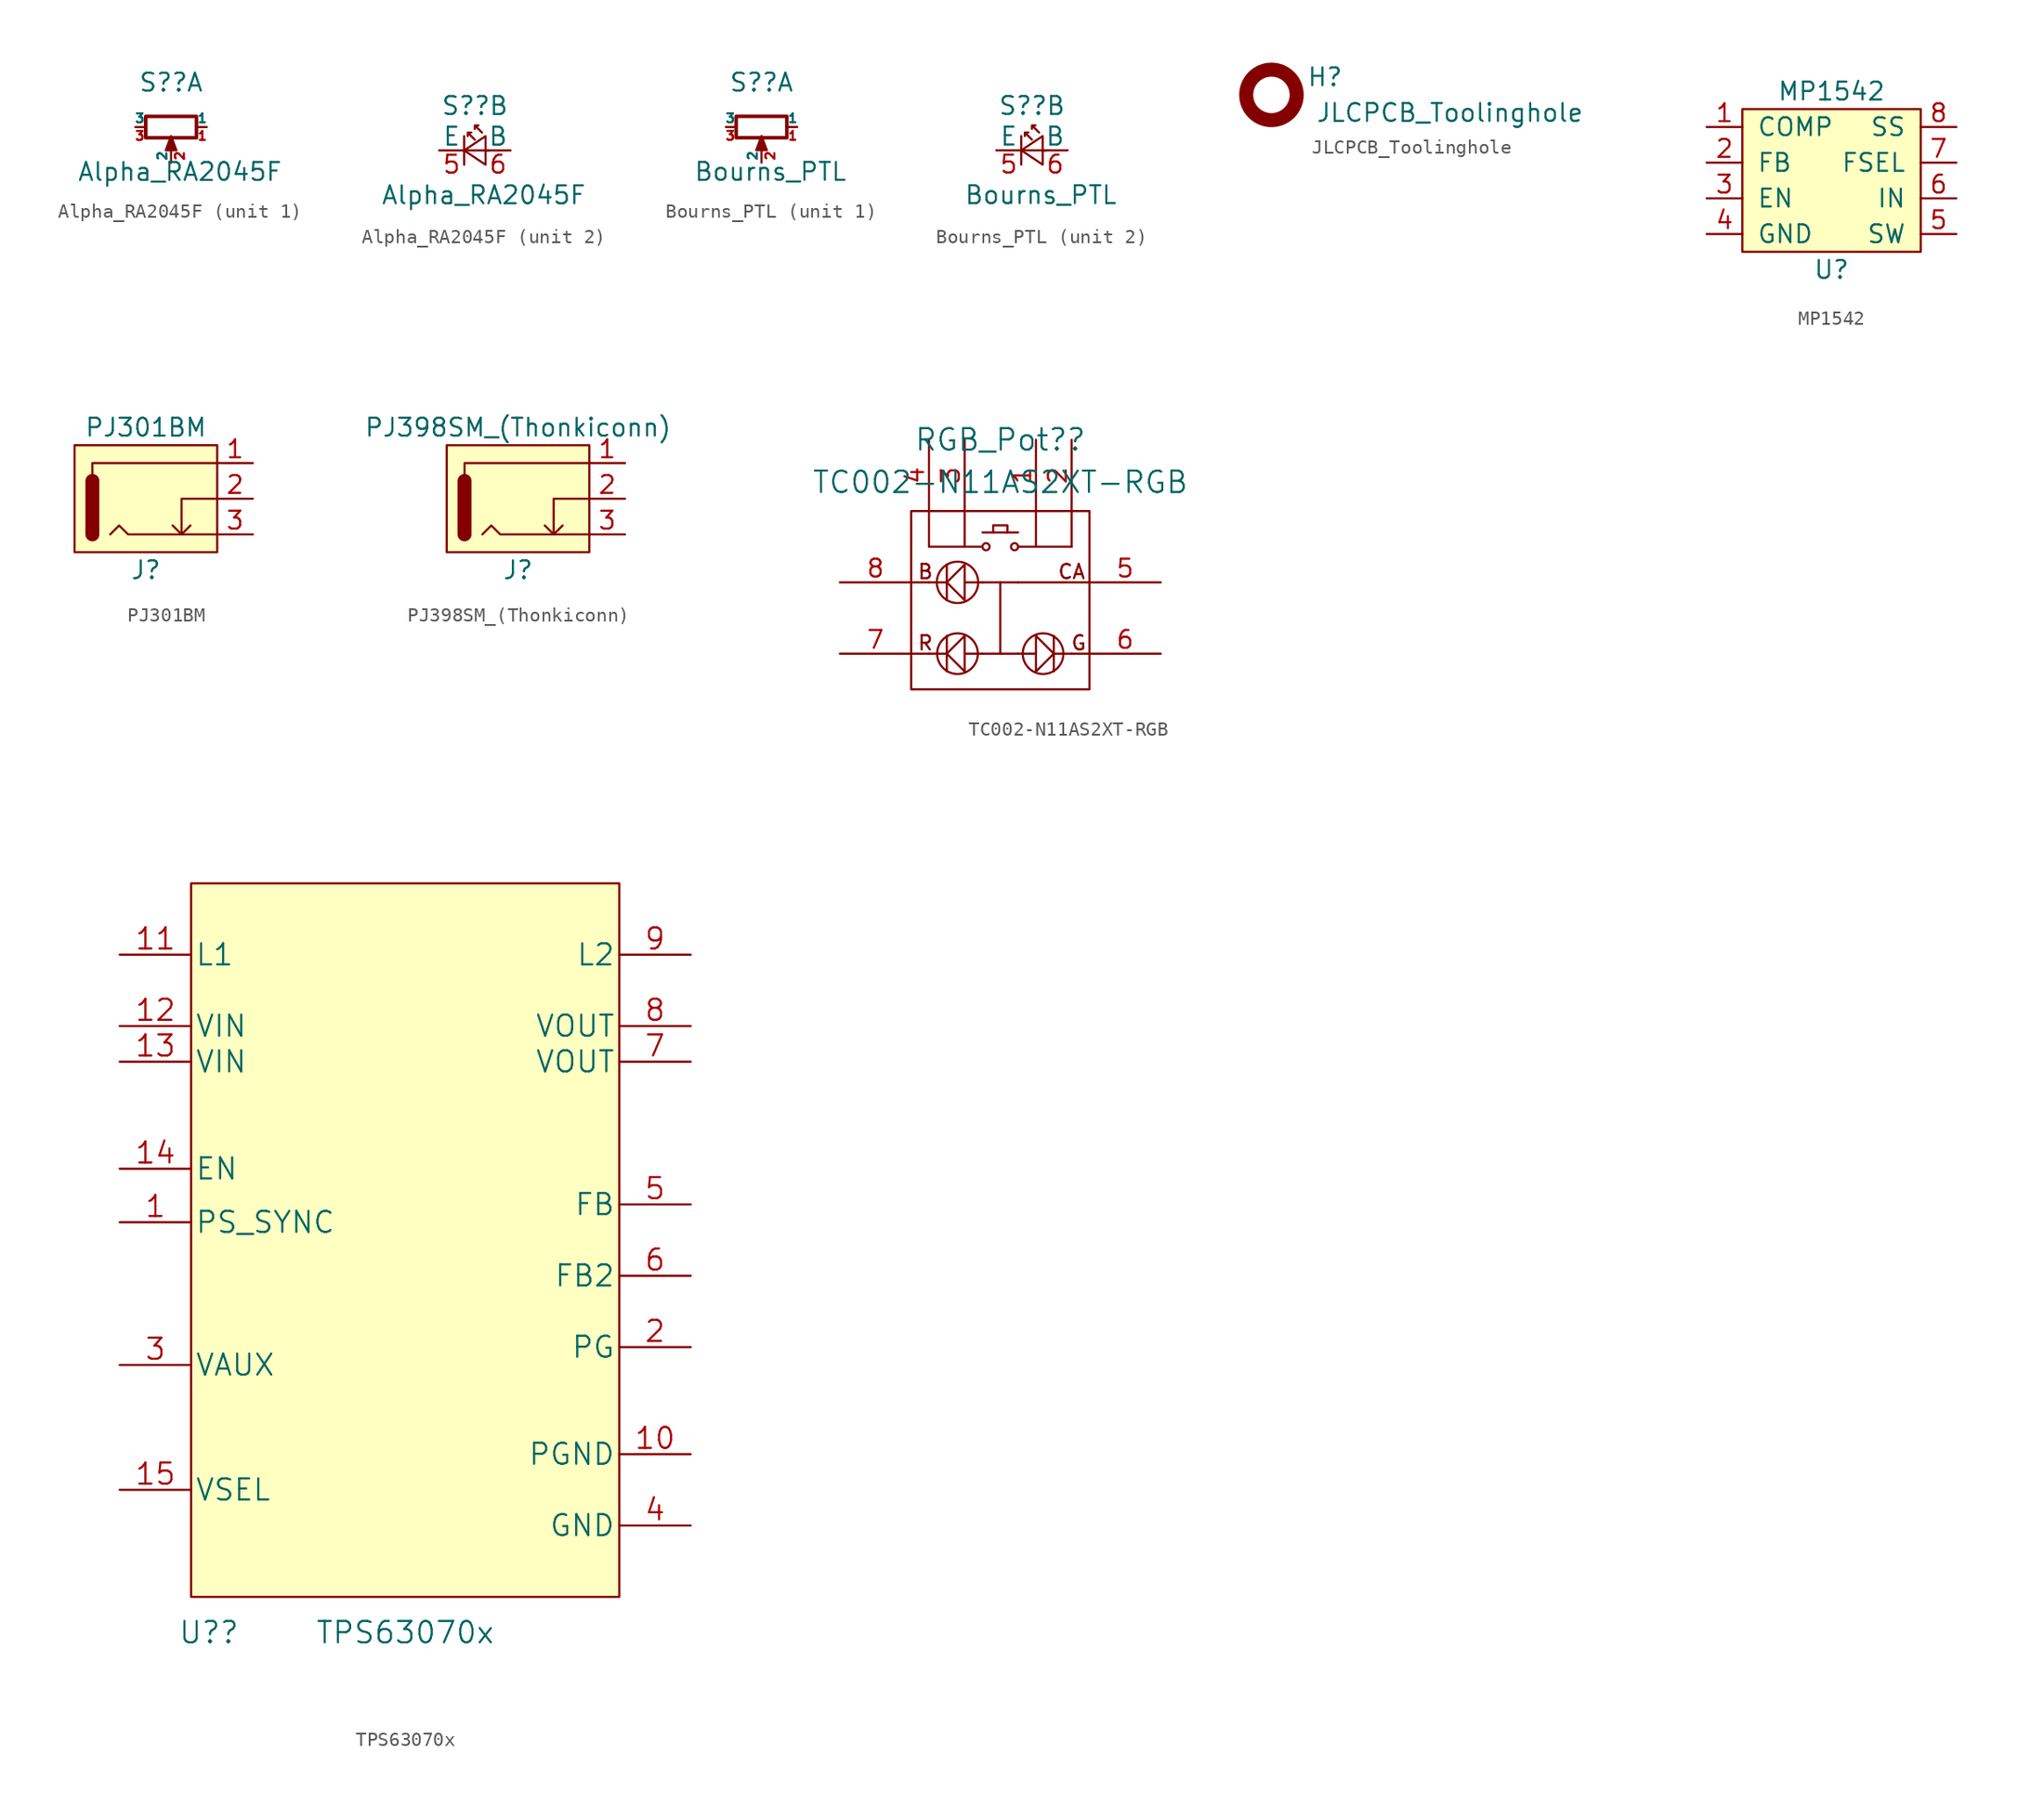
<source format=kicad_sym>
(kicad_symbol_lib
  (version 20211014)
  (generator kicad_symbol_editor)
  (symbol "Alpha_RA2045F"
    (pin_names
      (offset 0))
    (property "Reference" "S?"
      (at 0 3.175 0)
      (effects (font (size 1.27 1.27))))
    (property "Value" "Alpha_RA2045F"
      (at 0.635 -3.175 0)
      (effects (font (size 1.27 1.27))))
    (property "ki_locked" ""
      (at 0 0 0)
      (effects (font (size 1.27 1.27))))
    (symbol "Alpha_RA2045F_1_1"
      (polyline (pts (xy 0 -0.889) (xy 0 -0.635) (xy 0.381 -1.651) (xy -0.381 -1.651) (xy 0 -0.635) (xy 0 -0.889)) (stroke (width 0) (type default) (color 0 0 0 0)) (fill (type outline)))
      (rectangle (start 1.803 -0.762) (end -1.803 0.762) (stroke (width 0.254) (type default) (color 0 0 0 0)) (fill (type none)))
      (pin passive line (at 2.54 0 180) (length 0.635) (name "1" (effects (font (size 0.635 0.635)))) (number "1" (effects (font (size 0.635 0.635)))))
      (pin passive line (at 0 -2.54 90) (length 0.991) (name "2" (effects (font (size 0.635 0.635)))) (number "2" (effects (font (size 0.635 0.635)))))
      (pin passive line (at -2.54 0 0) (length 0.635) (name "3" (effects (font (size 0.635 0.635)))) (number "3" (effects (font (size 0.635 0.635))))))
    (symbol "Alpha_RA2045F_2_1"
      (polyline (pts (xy -0.762 -1.016) (xy -0.762 1.016)) (stroke (width 0) (type default) (color 0 0 0 0)) (fill (type none)))
      (polyline (pts (xy 1.016 0) (xy -0.762 0)) (stroke (width 0) (type default) (color 0 0 0 0)) (fill (type none)))
      (polyline (pts (xy 0.762 -1.016) (xy -0.762 0) (xy 0.762 1.016) (xy 0.762 -1.016)) (stroke (width 0) (type default) (color 0 0 0 0)) (fill (type none)))
      (polyline (pts (xy 0 0.762) (xy -0.508 1.27) (xy -0.254 1.27) (xy -0.508 1.27) (xy -0.508 1.016)) (stroke (width 0) (type default) (color 0 0 0 0)) (fill (type none)))
      (polyline (pts (xy 0.508 1.27) (xy 0 1.778) (xy 0.254 1.778) (xy 0 1.778) (xy 0 1.524)) (stroke (width 0) (type default) (color 0 0 0 0)) (fill (type none)))
      (pin no_connect line (at -1.27 5.715 180) (length 0.991) hide (name "L" (effects (font (size 0.635 0.635)))) (number "4" (effects (font (size 0.635 0.635)))))
      (pin passive line (at -2.54 0 0) (length 1.778) (name "E" (effects (font (size 1.27 1.27)))) (number "5" (effects (font (size 1.27 1.27)))))
      (pin passive line (at 2.54 0 180) (length 1.778) (name "B" (effects (font (size 1.27 1.27)))) (number "6" (effects (font (size 1.27 1.27)))))))
  (symbol "Bourns_PTL"
    (pin_names
      (offset 0))
    (property "Reference" "S?"
      (at 0 3.175 0)
      (effects (font (size 1.27 1.27))))
    (property "Value" "Bourns_PTL"
      (at 0.635 -3.175 0)
      (effects (font (size 1.27 1.27))))
    (property "ki_locked" ""
      (at 0 0 0)
      (effects (font (size 1.27 1.27))))
    (symbol "Bourns_PTL_1_1"
      (polyline (pts (xy 0 -0.889) (xy 0 -0.635) (xy 0.381 -1.651) (xy -0.381 -1.651) (xy 0 -0.635) (xy 0 -0.889)) (stroke (width 0) (type default) (color 0 0 0 0)) (fill (type outline)))
      (rectangle (start 1.803 -0.762) (end -1.803 0.762) (stroke (width 0.254) (type default) (color 0 0 0 0)) (fill (type none)))
      (pin passive line (at 2.54 0 180) (length 0.635) (name "1" (effects (font (size 0.635 0.635)))) (number "1" (effects (font (size 0.635 0.635)))))
      (pin passive line (at 0 -2.54 90) (length 0.991) (name "2" (effects (font (size 0.635 0.635)))) (number "2" (effects (font (size 0.635 0.635)))))
      (pin passive line (at -2.54 0 0) (length 0.635) (name "3" (effects (font (size 0.635 0.635)))) (number "3" (effects (font (size 0.635 0.635))))))
    (symbol "Bourns_PTL_2_1"
      (polyline (pts (xy -0.762 -1.016) (xy -0.762 1.016)) (stroke (width 0) (type default) (color 0 0 0 0)) (fill (type none)))
      (polyline (pts (xy 1.016 0) (xy -0.762 0)) (stroke (width 0) (type default) (color 0 0 0 0)) (fill (type none)))
      (polyline (pts (xy 0.762 -1.016) (xy -0.762 0) (xy 0.762 1.016) (xy 0.762 -1.016)) (stroke (width 0) (type default) (color 0 0 0 0)) (fill (type none)))
      (polyline (pts (xy 0 0.762) (xy -0.508 1.27) (xy -0.254 1.27) (xy -0.508 1.27) (xy -0.508 1.016)) (stroke (width 0) (type default) (color 0 0 0 0)) (fill (type none)))
      (polyline (pts (xy 0.508 1.27) (xy 0 1.778) (xy 0.254 1.778) (xy 0 1.778) (xy 0 1.524)) (stroke (width 0) (type default) (color 0 0 0 0)) (fill (type none)))
      (pin no_connect line (at -1.27 5.715 180) (length 0.991) hide (name "L" (effects (font (size 0.635 0.635)))) (number "4" (effects (font (size 0.635 0.635)))))
      (pin passive line (at -2.54 0 0) (length 1.778) (name "E" (effects (font (size 1.27 1.27)))) (number "5" (effects (font (size 1.27 1.27)))))
      (pin passive line (at 2.54 0 180) (length 1.778) (name "B" (effects (font (size 1.27 1.27)))) (number "6" (effects (font (size 1.27 1.27)))))))
  (symbol "JLCPCB_Toolinghole"
    (property "Reference" "H"
      (at 3.81 1.27 0)
      (effects (font (size 1.27 1.27))))
    (property "Value" "JLCPCB_Toolinghole"
      (at 12.7 -1.27 0)
      (effects (font (size 1.27 1.27))))
    (symbol "JLCPCB_Toolinghole_0_1"
      (circle (center 0 0) (radius 1.796) (stroke (width 1) (type default) (color 0 0 0 0)) (fill (type none)))))
  (symbol "MP1542"
    (pin_names
      (offset 1.016))
    (property "Reference" "U"
      (at 0 -6.35 0)
      (effects (font (size 1.27 1.27))))
    (property "Value" "MP1542"
      (at 0 6.35 0)
      (effects (font (size 1.27 1.27))))
    (symbol "MP1542_0_1"
      (rectangle (start -6.35 5.08) (end 6.35 -5.08) (stroke (width 0) (type default) (color 0 0 0 0)) (fill (type background))))
    (symbol "MP1542_1_1"
      (pin input line (at -8.89 3.81 0) (length 2.54) (name "COMP" (effects (font (size 1.27 1.27)))) (number "1" (effects (font (size 1.27 1.27)))))
      (pin input line (at -8.89 1.27 0) (length 2.54) (name "FB" (effects (font (size 1.27 1.27)))) (number "2" (effects (font (size 1.27 1.27)))))
      (pin input line (at -8.89 -1.27 0) (length 2.54) (name "EN" (effects (font (size 1.27 1.27)))) (number "3" (effects (font (size 1.27 1.27)))))
      (pin passive line (at -8.89 -3.81 0) (length 2.54) (name "GND" (effects (font (size 1.27 1.27)))) (number "4" (effects (font (size 1.27 1.27)))))
      (pin output line (at 8.89 -3.81 180) (length 2.54) (name "SW" (effects (font (size 1.27 1.27)))) (number "5" (effects (font (size 1.27 1.27)))))
      (pin power_in line (at 8.89 -1.27 180) (length 2.54) (name "IN" (effects (font (size 1.27 1.27)))) (number "6" (effects (font (size 1.27 1.27)))))
      (pin passive line (at 8.89 1.27 180) (length 2.54) (name "FSEL" (effects (font (size 1.27 1.27)))) (number "7" (effects (font (size 1.27 1.27)))))
      (pin passive line (at 8.89 3.81 180) (length 2.54) (name "SS" (effects (font (size 1.27 1.27)))) (number "8" (effects (font (size 1.27 1.27)))))))
  (symbol "PJ301BM"
    (pin_names
      (offset 1.016))
    (property "Reference" "J"
      (at -5.08 -5.08 0)
      (effects (font (size 1.27 1.27))))
    (property "Value" "PJ301BM"
      (at -5.08 5.08 0)
      (effects (font (size 1.27 1.27))))
    (symbol "PJ301BM_0_1"
      (rectangle (start -10.16 3.81) (end 0 -3.81) (stroke (width 0) (type default) (color 0 0 0 0)) (fill (type background)))
      (polyline (pts (xy -8.89 1.27) (xy -8.89 -2.54)) (stroke (width 0.991) (type default) (color 0 0 0 0)) (fill (type none)))
      (polyline (pts (xy -3.175 -1.905) (xy -2.54 -2.54) (xy -1.905 -1.905)) (stroke (width 0) (type default) (color 0 0 0 0)) (fill (type none)))
      (polyline (pts (xy 0 0) (xy -2.54 0) (xy -2.54 -2.54)) (stroke (width 0) (type default) (color 0 0 0 0)) (fill (type none)))
      (polyline (pts (xy 0 2.54) (xy -8.89 2.54) (xy -8.89 1.27)) (stroke (width 0) (type default) (color 0 0 0 0)) (fill (type none)))
      (polyline (pts (xy 0 -2.54) (xy -6.35 -2.54) (xy -6.985 -1.905) (xy -7.62 -2.54)) (stroke (width 0) (type default) (color 0 0 0 0)) (fill (type none))))
    (symbol "PJ301BM_1_1"
      (pin bidirectional line (at 2.54 2.54 180) (length 2.54) (name "~" (effects (font (size 1.27 1.27)))) (number "1" (effects (font (size 1.27 1.27)))))
      (pin bidirectional line (at 2.54 0 180) (length 2.54) (name "~" (effects (font (size 1.27 1.27)))) (number "2" (effects (font (size 1.27 1.27)))))
      (pin bidirectional line (at 2.54 -2.54 180) (length 2.54) (name "~" (effects (font (size 1.27 1.27)))) (number "3" (effects (font (size 1.27 1.27)))))))
  (symbol "PJ398SM_(Thonkiconn)"
    (pin_names
      (offset 1.016))
    (property "Reference" "J"
      (at -5.08 -5.08 0)
      (effects (font (size 1.27 1.27))))
    (property "Value" "PJ398SM_(Thonkiconn)"
      (at -5.08 5.08 0)
      (effects (font (size 1.27 1.27))))
    (symbol "PJ398SM_(Thonkiconn)_0_1"
      (rectangle (start -10.16 3.81) (end 0 -3.81) (stroke (width 0) (type default) (color 0 0 0 0)) (fill (type background)))
      (polyline (pts (xy -8.89 1.27) (xy -8.89 -2.54)) (stroke (width 0.991) (type default) (color 0 0 0 0)) (fill (type none)))
      (polyline (pts (xy -3.175 -1.905) (xy -2.54 -2.54) (xy -1.905 -1.905)) (stroke (width 0) (type default) (color 0 0 0 0)) (fill (type none)))
      (polyline (pts (xy 0 0) (xy -2.54 0) (xy -2.54 -2.54)) (stroke (width 0) (type default) (color 0 0 0 0)) (fill (type none)))
      (polyline (pts (xy 0 2.54) (xy -8.89 2.54) (xy -8.89 1.27)) (stroke (width 0) (type default) (color 0 0 0 0)) (fill (type none)))
      (polyline (pts (xy 0 -2.54) (xy -6.35 -2.54) (xy -6.985 -1.905) (xy -7.62 -2.54)) (stroke (width 0) (type default) (color 0 0 0 0)) (fill (type none))))
    (symbol "PJ398SM_(Thonkiconn)_1_1"
      (pin bidirectional line (at 2.54 2.54 180) (length 2.54) (name "~" (effects (font (size 1.27 1.27)))) (number "1" (effects (font (size 1.27 1.27)))))
      (pin bidirectional line (at 2.54 0 180) (length 2.54) (name "~" (effects (font (size 1.27 1.27)))) (number "2" (effects (font (size 1.27 1.27)))))
      (pin bidirectional line (at 2.54 -2.54 180) (length 2.54) (name "~" (effects (font (size 1.27 1.27)))) (number "3" (effects (font (size 1.27 1.27)))))))
  (symbol "TC002-N11AS2XT-RGB"
    (pin_names
      (offset 1.016) hide)
    (property "Reference" "RGB_Pot?"
      (at 0 11.43 0)
      (effects (font (size 1.524 1.524))))
    (property "Value" "TC002-N11AS2XT-RGB"
      (at 0 8.407 0)
      (effects (font (size 1.524 1.524))))
    (property "Datasheet" ""
      (at 22.86 1.27 0)
      (effects (font (size 1.524 1.524))))
    (symbol "TC002-N11AS2XT-RGB_0_0"
      (text "B" (at -5.334 2.032 0) (effects (font (size 1.016 1.016))))
      (text "CA" (at 5.08 2.032 0) (effects (font (size 1.016 1.016))))
      (text "G" (at 5.588 -3.048 0) (effects (font (size 1.016 1.016))))
      (text "R" (at -5.334 -3.048 0) (effects (font (size 1.016 1.016)))))
    (symbol "TC002-N11AS2XT-RGB_0_1"
      (rectangle (start -6.35 6.35) (end 6.35 -6.35) (stroke (width 0) (type default) (color 0 0 0 0)) (fill (type none)))
      (circle (center -3.048 -3.81) (radius 1.448) (stroke (width 0) (type default) (color 0 0 0 0)) (fill (type none)))
      (circle (center -3.048 1.27) (radius 1.473) (stroke (width 0) (type default) (color 0 0 0 0)) (fill (type none)))
      (circle (center -1.016 3.81) (radius 0.254) (stroke (width 0) (type default) (color 0 0 0 0)) (fill (type none)))
      (polyline (pts (xy -5.08 -3.81) (xy -6.35 -3.81)) (stroke (width 0) (type default) (color 0 0 0 0)) (fill (type none)))
      (polyline (pts (xy -5.08 1.27) (xy -6.35 1.27)) (stroke (width 0) (type default) (color 0 0 0 0)) (fill (type none)))
      (polyline (pts (xy -5.08 3.81) (xy -1.27 3.81)) (stroke (width 0) (type default) (color 0 0 0 0)) (fill (type none)))
      (polyline (pts (xy -5.08 6.35) (xy -5.08 3.81)) (stroke (width 0) (type default) (color 0 0 0 0)) (fill (type none)))
      (polyline (pts (xy -3.81 -3.81) (xy -5.08 -3.81)) (stroke (width 0) (type default) (color 0 0 0 0)) (fill (type none)))
      (polyline (pts (xy -3.81 -2.54) (xy -3.81 -5.08)) (stroke (width 0) (type default) (color 0 0 0 0)) (fill (type none)))
      (polyline (pts (xy -3.81 1.27) (xy -5.08 1.27)) (stroke (width 0) (type default) (color 0 0 0 0)) (fill (type none)))
      (polyline (pts (xy -3.81 2.54) (xy -3.81 0)) (stroke (width 0) (type default) (color 0 0 0 0)) (fill (type none)))
      (polyline (pts (xy -2.54 6.35) (xy -2.54 3.81)) (stroke (width 0) (type default) (color 0 0 0 0)) (fill (type none)))
      (polyline (pts (xy -1.27 -3.81) (xy 0 -3.81)) (stroke (width 0) (type default) (color 0 0 0 0)) (fill (type none)))
      (polyline (pts (xy -1.27 1.27) (xy 0 1.27)) (stroke (width 0) (type default) (color 0 0 0 0)) (fill (type none)))
      (polyline (pts (xy 0 1.27) (xy 0 -3.81)) (stroke (width 0) (type default) (color 0 0 0 0)) (fill (type none)))
      (polyline (pts (xy 1.27 -3.81) (xy 0 -3.81)) (stroke (width 0) (type default) (color 0 0 0 0)) (fill (type none)))
      (polyline (pts (xy 1.27 1.27) (xy 0 1.27)) (stroke (width 0) (type default) (color 0 0 0 0)) (fill (type none)))
      (polyline (pts (xy 1.27 1.27) (xy 6.35 1.27)) (stroke (width 0) (type default) (color 0 0 0 0)) (fill (type none)))
      (polyline (pts (xy 1.27 4.826) (xy -1.27 4.826)) (stroke (width 0) (type default) (color 0 0 0 0)) (fill (type none)))
      (polyline (pts (xy 2.54 6.35) (xy 2.54 3.81)) (stroke (width 0) (type default) (color 0 0 0 0)) (fill (type none)))
      (polyline (pts (xy 3.81 -3.81) (xy 5.08 -3.81)) (stroke (width 0) (type default) (color 0 0 0 0)) (fill (type none)))
      (polyline (pts (xy 3.81 -2.54) (xy 3.81 -5.08)) (stroke (width 0) (type default) (color 0 0 0 0)) (fill (type none)))
      (polyline (pts (xy 5.08 -3.81) (xy 6.35 -3.81)) (stroke (width 0) (type default) (color 0 0 0 0)) (fill (type none)))
      (polyline (pts (xy 5.08 3.81) (xy 1.27 3.81)) (stroke (width 0) (type default) (color 0 0 0 0)) (fill (type none)))
      (polyline (pts (xy 5.08 6.35) (xy 5.08 3.81)) (stroke (width 0) (type default) (color 0 0 0 0)) (fill (type none)))
      (polyline (pts (xy -0.508 4.826) (xy -0.508 5.334) (xy 0.508 5.334) (xy 0.508 4.826)) (stroke (width 0) (type default) (color 0 0 0 0)) (fill (type none)))
      (polyline (pts (xy -1.27 -3.81) (xy -2.54 -3.81) (xy -2.54 -2.54) (xy -3.81 -3.81) (xy -2.54 -5.08) (xy -2.54 -3.81)) (stroke (width 0) (type default) (color 0 0 0 0)) (fill (type none)))
      (polyline (pts (xy -1.27 1.27) (xy -2.54 1.27) (xy -2.54 2.54) (xy -3.81 1.27) (xy -2.54 0) (xy -2.54 1.27)) (stroke (width 0) (type default) (color 0 0 0 0)) (fill (type none)))
      (polyline (pts (xy 1.27 -3.81) (xy 2.54 -3.81) (xy 2.54 -2.54) (xy 3.81 -3.81) (xy 2.54 -5.08) (xy 2.54 -3.81)) (stroke (width 0) (type default) (color 0 0 0 0)) (fill (type none)))
      (circle (center 1.016 3.81) (radius 0.254) (stroke (width 0) (type default) (color 0 0 0 0)) (fill (type none)))
      (circle (center 3.048 -3.81) (radius 1.448) (stroke (width 0) (type default) (color 0 0 0 0)) (fill (type none))))
    (symbol "TC002-N11AS2XT-RGB_1_1"
      (pin input line (at 2.54 11.43 270) (length 5.08) (name "UP-A" (effects (font (size 1.27 1.27)))) (number "1" (effects (font (size 1.27 1.27)))))
      (pin input line (at 5.08 11.43 270) (length 5.08) (name "POLE-A" (effects (font (size 1.27 1.27)))) (number "2" (effects (font (size 1.27 1.27)))))
      (pin input line (at -2.54 11.43 270) (length 5.08) (name "DOWN-A" (effects (font (size 1.27 1.27)))) (number "3" (effects (font (size 1.27 1.27)))))
      (pin input line (at -5.08 11.43 270) (length 5.08) (name "UP-B" (effects (font (size 1.27 1.27)))) (number "4" (effects (font (size 1.27 1.27)))))
      (pin input line (at 11.43 1.27 180) (length 5.08) (name "CA" (effects (font (size 1.27 1.27)))) (number "5" (effects (font (size 1.27 1.27)))))
      (pin input line (at 11.43 -3.81 180) (length 5.08) (name "G" (effects (font (size 1.27 1.27)))) (number "6" (effects (font (size 1.27 1.27)))))
      (pin input line (at -11.43 -3.81 0) (length 5.08) (name "R" (effects (font (size 1.27 1.27)))) (number "7" (effects (font (size 1.27 1.27)))))
      (pin input line (at -11.43 1.27 0) (length 5.08) (name "B" (effects (font (size 1.27 1.27)))) (number "8" (effects (font (size 1.27 1.27)))))))
  (symbol "TPS63070x"
    (pin_names
      (offset 0.254))
    (property "Reference" "U?"
      (at -13.97 -27.94 0)
      (effects (font (size 1.524 1.524))))
    (property "Value" "TPS63070x"
      (at 0 -27.94 0)
      (effects (font (size 1.524 1.524))))
    (property "Datasheet" ""
      (at 0 0 0)
      (effects (font (size 1.524 1.524))))
    (property "ki_locked" ""
      (at 0 0 0)
      (effects (font (size 1.27 1.27))))
    (symbol "TPS63070x_1_1"
      (rectangle (start 15.24 -25.4) (end -15.24 25.4) (stroke (width 0) (type default) (color 0 0 0 0)) (fill (type background)))
      (pin input line (at -20.32 1.27 0) (length 5.08) (name "PS_SYNC" (effects (font (size 1.499 1.499)))) (number "1" (effects (font (size 1.499 1.499)))))
      (pin power_in line (at 20.32 -15.24 180) (length 5.08) (name "PGND" (effects (font (size 1.499 1.499)))) (number "10" (effects (font (size 1.499 1.499)))))
      (pin bidirectional line (at -20.32 20.32 0) (length 5.08) (name "L1" (effects (font (size 1.499 1.499)))) (number "11" (effects (font (size 1.499 1.499)))))
      (pin power_in line (at -20.32 15.24 0) (length 5.08) (name "VIN" (effects (font (size 1.499 1.499)))) (number "12" (effects (font (size 1.499 1.499)))))
      (pin power_in line (at -20.32 12.7 0) (length 5.08) (name "VIN" (effects (font (size 1.499 1.499)))) (number "13" (effects (font (size 1.499 1.499)))))
      (pin input line (at -20.32 5.08 0) (length 5.08) (name "EN" (effects (font (size 1.499 1.499)))) (number "14" (effects (font (size 1.499 1.499)))))
      (pin input line (at -20.32 -17.78 0) (length 5.08) (name "VSEL" (effects (font (size 1.499 1.499)))) (number "15" (effects (font (size 1.499 1.499)))))
      (pin open_collector line (at 20.32 -7.62 180) (length 5.08) (name "PG" (effects (font (size 1.499 1.499)))) (number "2" (effects (font (size 1.499 1.499)))))
      (pin bidirectional line (at -20.32 -8.89 0) (length 5.08) (name "VAUX" (effects (font (size 1.499 1.499)))) (number "3" (effects (font (size 1.499 1.499)))))
      (pin power_in line (at 20.32 -20.32 180) (length 5.08) (name "GND" (effects (font (size 1.499 1.499)))) (number "4" (effects (font (size 1.499 1.499)))))
      (pin output line (at 20.32 2.54 180) (length 5.08) (name "FB" (effects (font (size 1.499 1.499)))) (number "5" (effects (font (size 1.499 1.499)))))
      (pin input line (at 20.32 -2.54 180) (length 5.08) (name "FB2" (effects (font (size 1.499 1.499)))) (number "6" (effects (font (size 1.499 1.499)))))
      (pin bidirectional line (at 20.32 12.7 180) (length 5.08) (name "VOUT" (effects (font (size 1.499 1.499)))) (number "7" (effects (font (size 1.499 1.499)))))
      (pin bidirectional line (at 20.32 15.24 180) (length 5.08) (name "VOUT" (effects (font (size 1.499 1.499)))) (number "8" (effects (font (size 1.499 1.499)))))
      (pin bidirectional line (at 20.32 20.32 180) (length 5.08) (name "L2" (effects (font (size 1.499 1.499)))) (number "9" (effects (font (size 1.499 1.499))))))))
</source>
